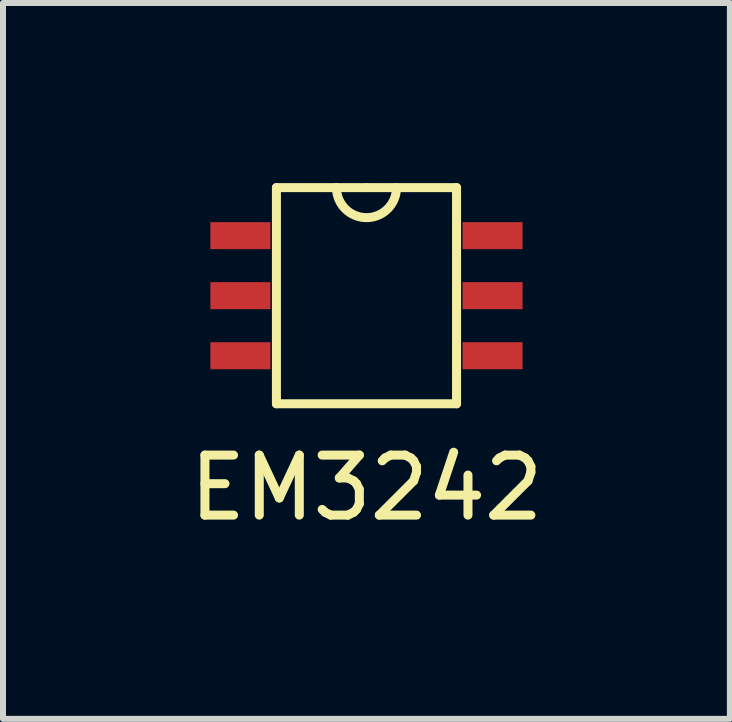
<source format=kicad_pcb>
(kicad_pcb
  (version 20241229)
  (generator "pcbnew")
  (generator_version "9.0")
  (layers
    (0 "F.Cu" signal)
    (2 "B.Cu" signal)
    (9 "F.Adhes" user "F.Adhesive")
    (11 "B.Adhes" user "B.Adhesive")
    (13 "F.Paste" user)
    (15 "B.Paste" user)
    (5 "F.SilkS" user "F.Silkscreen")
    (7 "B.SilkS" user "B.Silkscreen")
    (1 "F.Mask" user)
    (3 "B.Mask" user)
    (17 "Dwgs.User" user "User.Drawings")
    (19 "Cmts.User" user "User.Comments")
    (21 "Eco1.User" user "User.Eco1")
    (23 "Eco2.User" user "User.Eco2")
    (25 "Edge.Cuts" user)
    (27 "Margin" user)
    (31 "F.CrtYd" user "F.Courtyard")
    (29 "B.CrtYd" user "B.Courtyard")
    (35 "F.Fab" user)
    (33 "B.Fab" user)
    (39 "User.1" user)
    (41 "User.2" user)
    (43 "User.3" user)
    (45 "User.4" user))
  (footprint "EM3242"
    (layer "F.Cu")
    (at 3.054 1.875)
    (property "Reference" "EM3242" (at 0 3.2 0) (layer "F.SilkS") (effects (font (size 1 1) (thickness 0.15))))
    (attr through_hole)
    (fp_line (start -1.5 -1.8) (end 0 -1.8) (stroke (width 0.15) (type solid)) (layer "F.SilkS"))
    (fp_line (start -1.5 1.8) (end -1.5 -1.8) (stroke (width 0.15) (type solid)) (layer "F.SilkS"))
    (fp_line (start 0 -1.8) (end 1.5 -1.8) (stroke (width 0.15) (type solid)) (layer "F.SilkS"))
    (fp_line (start 1.5 -1.8) (end 1.5 1.8) (stroke (width 0.15) (type solid)) (layer "F.SilkS"))
    (fp_line (start 1.5 1.8) (end -1.5 1.8) (stroke (width 0.15) (type solid)) (layer "F.SilkS"))
    (fp_arc (start 0.5 -1.8) (mid 0 -1.3) (end -0.5 -1.8) (stroke (width 0.15) (type solid)) (layer "F.SilkS"))
    (pad "1" smd rect (at -2.1 -1) (size 1 0.45) (layers "F.Cu" "F.Mask" "F.Paste"))
    (pad "2" smd rect (at -2.1 0) (size 1 0.45) (layers "F.Cu" "F.Mask" "F.Paste"))
    (pad "3" smd rect (at -2.1 1) (size 1 0.45) (layers "F.Cu" "F.Mask" "F.Paste"))
    (pad "4" smd rect (at 2.1 1) (size 1 0.45) (layers "F.Cu" "F.Mask" "F.Paste"))
    (pad "5" smd rect (at 2.1 0) (size 1 0.45) (layers "F.Cu" "F.Mask" "F.Paste"))
    (pad "6" smd rect (at 2.1 -1) (size 1 0.45) (layers "F.Cu" "F.Mask" "F.Paste")))
  (gr_rect
    (start -3 -3)
    (end 9.107 8.923)
    (stroke (width 0.1) (type default))
    (fill no)
    (layer "Edge.Cuts")))
</source>
